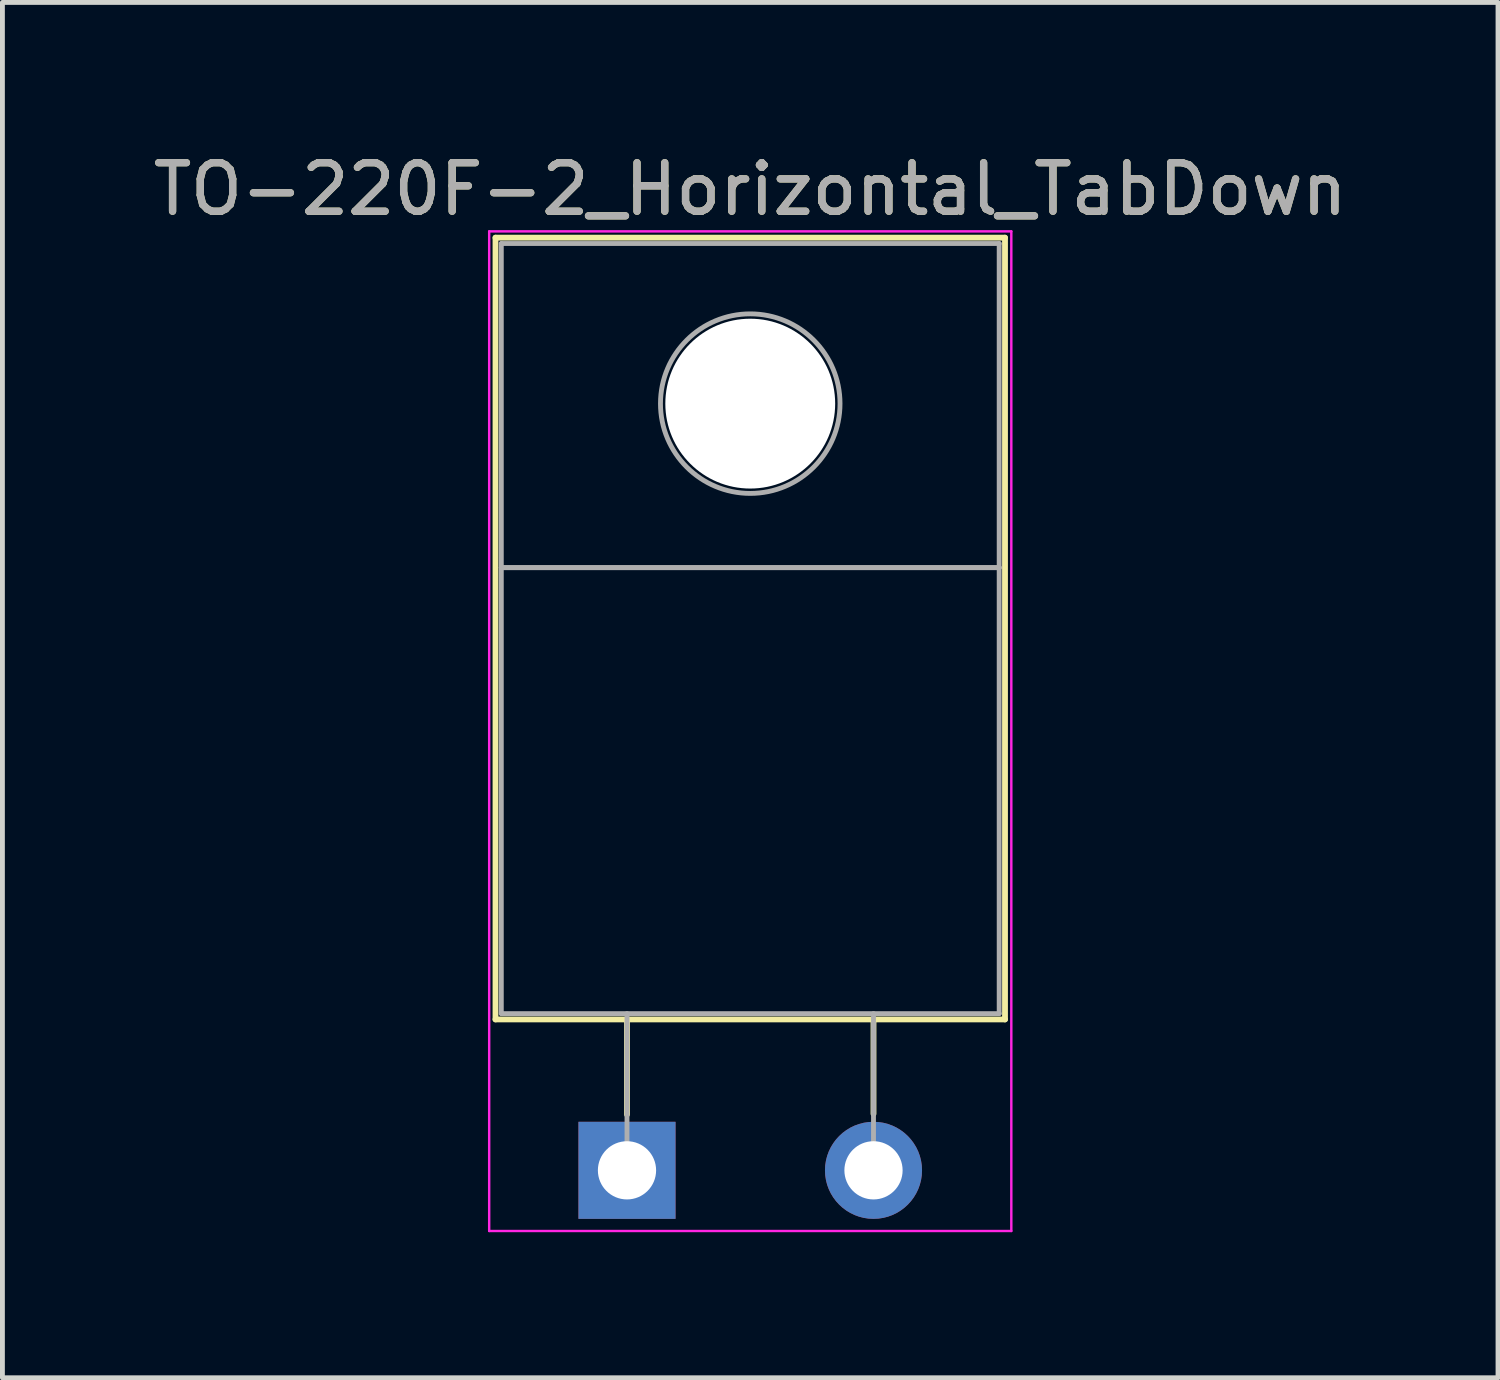
<source format=kicad_pcb>
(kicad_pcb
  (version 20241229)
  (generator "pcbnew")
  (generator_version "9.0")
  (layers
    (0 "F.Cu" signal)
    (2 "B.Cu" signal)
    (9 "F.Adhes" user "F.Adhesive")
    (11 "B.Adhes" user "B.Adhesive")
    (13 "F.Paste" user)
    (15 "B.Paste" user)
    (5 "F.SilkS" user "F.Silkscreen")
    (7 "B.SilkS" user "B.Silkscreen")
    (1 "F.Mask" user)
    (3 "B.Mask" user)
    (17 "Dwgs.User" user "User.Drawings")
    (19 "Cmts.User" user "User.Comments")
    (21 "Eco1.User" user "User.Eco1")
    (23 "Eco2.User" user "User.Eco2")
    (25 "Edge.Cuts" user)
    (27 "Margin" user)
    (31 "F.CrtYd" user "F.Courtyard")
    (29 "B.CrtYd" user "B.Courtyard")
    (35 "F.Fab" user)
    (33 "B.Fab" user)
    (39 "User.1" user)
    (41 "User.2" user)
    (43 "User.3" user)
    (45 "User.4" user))
  (footprint "TO-220F-2_Horizontal_TabDown"
    (layer "F.Cu")
    (at 9.871 21.068)
    (property "Reference" "TO-220F-2_Horizontal_TabDown" (at 2.54 -20.22 0) (layer "F.SilkS") (effects (font (size 1 1) (thickness 0.15))))
    (attr through_hole)
    (fp_line (start -2.71 -19.22) (end -2.71 -3.11) (stroke (width 0.12) (type solid)) (layer "F.SilkS"))
    (fp_line (start -2.71 -19.22) (end 7.79 -19.22) (stroke (width 0.12) (type solid)) (layer "F.SilkS"))
    (fp_line (start -2.71 -3.11) (end 7.79 -3.11) (stroke (width 0.12) (type solid)) (layer "F.SilkS"))
    (fp_line (start 0 -3.11) (end 0 -1.15) (stroke (width 0.12) (type solid)) (layer "F.SilkS"))
    (fp_line (start 5.08 -3.11) (end 5.08 -1.165) (stroke (width 0.12) (type solid)) (layer "F.SilkS"))
    (fp_line (start 7.79 -19.22) (end 7.79 -3.11) (stroke (width 0.12) (type solid)) (layer "F.SilkS"))
    (fp_line (start -2.84 -19.35) (end -2.84 1.25) (stroke (width 0.05) (type solid)) (layer "F.CrtYd"))
    (fp_line (start -2.84 1.25) (end 7.92 1.25) (stroke (width 0.05) (type solid)) (layer "F.CrtYd"))
    (fp_line (start 7.92 -19.35) (end -2.84 -19.35) (stroke (width 0.05) (type solid)) (layer "F.CrtYd"))
    (fp_line (start 7.92 1.25) (end 7.92 -19.35) (stroke (width 0.05) (type solid)) (layer "F.CrtYd"))
    (fp_line (start -2.59 -19.1) (end 7.67 -19.1) (stroke (width 0.1) (type solid)) (layer "F.Fab"))
    (fp_line (start -2.59 -12.42) (end -2.59 -19.1) (stroke (width 0.1) (type solid)) (layer "F.Fab"))
    (fp_line (start -2.59 -12.42) (end 7.67 -12.42) (stroke (width 0.1) (type solid)) (layer "F.Fab"))
    (fp_line (start -2.59 -3.23) (end -2.59 -12.42) (stroke (width 0.1) (type solid)) (layer "F.Fab"))
    (fp_line (start 0 -3.23) (end 0 0) (stroke (width 0.1) (type solid)) (layer "F.Fab"))
    (fp_line (start 5.08 -3.23) (end 5.08 0) (stroke (width 0.1) (type solid)) (layer "F.Fab"))
    (fp_line (start 7.67 -19.1) (end 7.67 -12.42) (stroke (width 0.1) (type solid)) (layer "F.Fab"))
    (fp_line (start 7.67 -12.42) (end -2.59 -12.42) (stroke (width 0.1) (type solid)) (layer "F.Fab"))
    (fp_line (start 7.67 -12.42) (end 7.67 -3.23) (stroke (width 0.1) (type solid)) (layer "F.Fab"))
    (fp_line (start 7.67 -3.23) (end -2.59 -3.23) (stroke (width 0.1) (type solid)) (layer "F.Fab"))
    (fp_circle (center 2.54 -15.8) (end 4.39 -15.8) (stroke (width 0.1) (type solid)) (fill no) (layer "F.Fab"))
    (fp_text user "${REFERENCE}" (at 2.54 -20.22 0) (layer "F.Fab") (effects (font (size 1 1) (thickness 0.15))))
    (pad "" np_thru_hole oval (at 2.54 -15.8) (size 3.5 3.5) (drill 3.5) (layers "*.Cu" "*.Mask"))
    (pad "1" thru_hole rect (at 0 0) (size 2 2) (drill 1.2) (layers "*.Cu" "*.Mask"))
    (pad "2" thru_hole oval (at 5.08 0) (size 2 2) (drill 1.2) (layers "*.Cu" "*.Mask")))
  (gr_rect
    (start -3 -3)
    (end 27.821 25.343)
    (stroke (width 0.1) (type default))
    (fill no)
    (layer "Edge.Cuts")))
</source>
